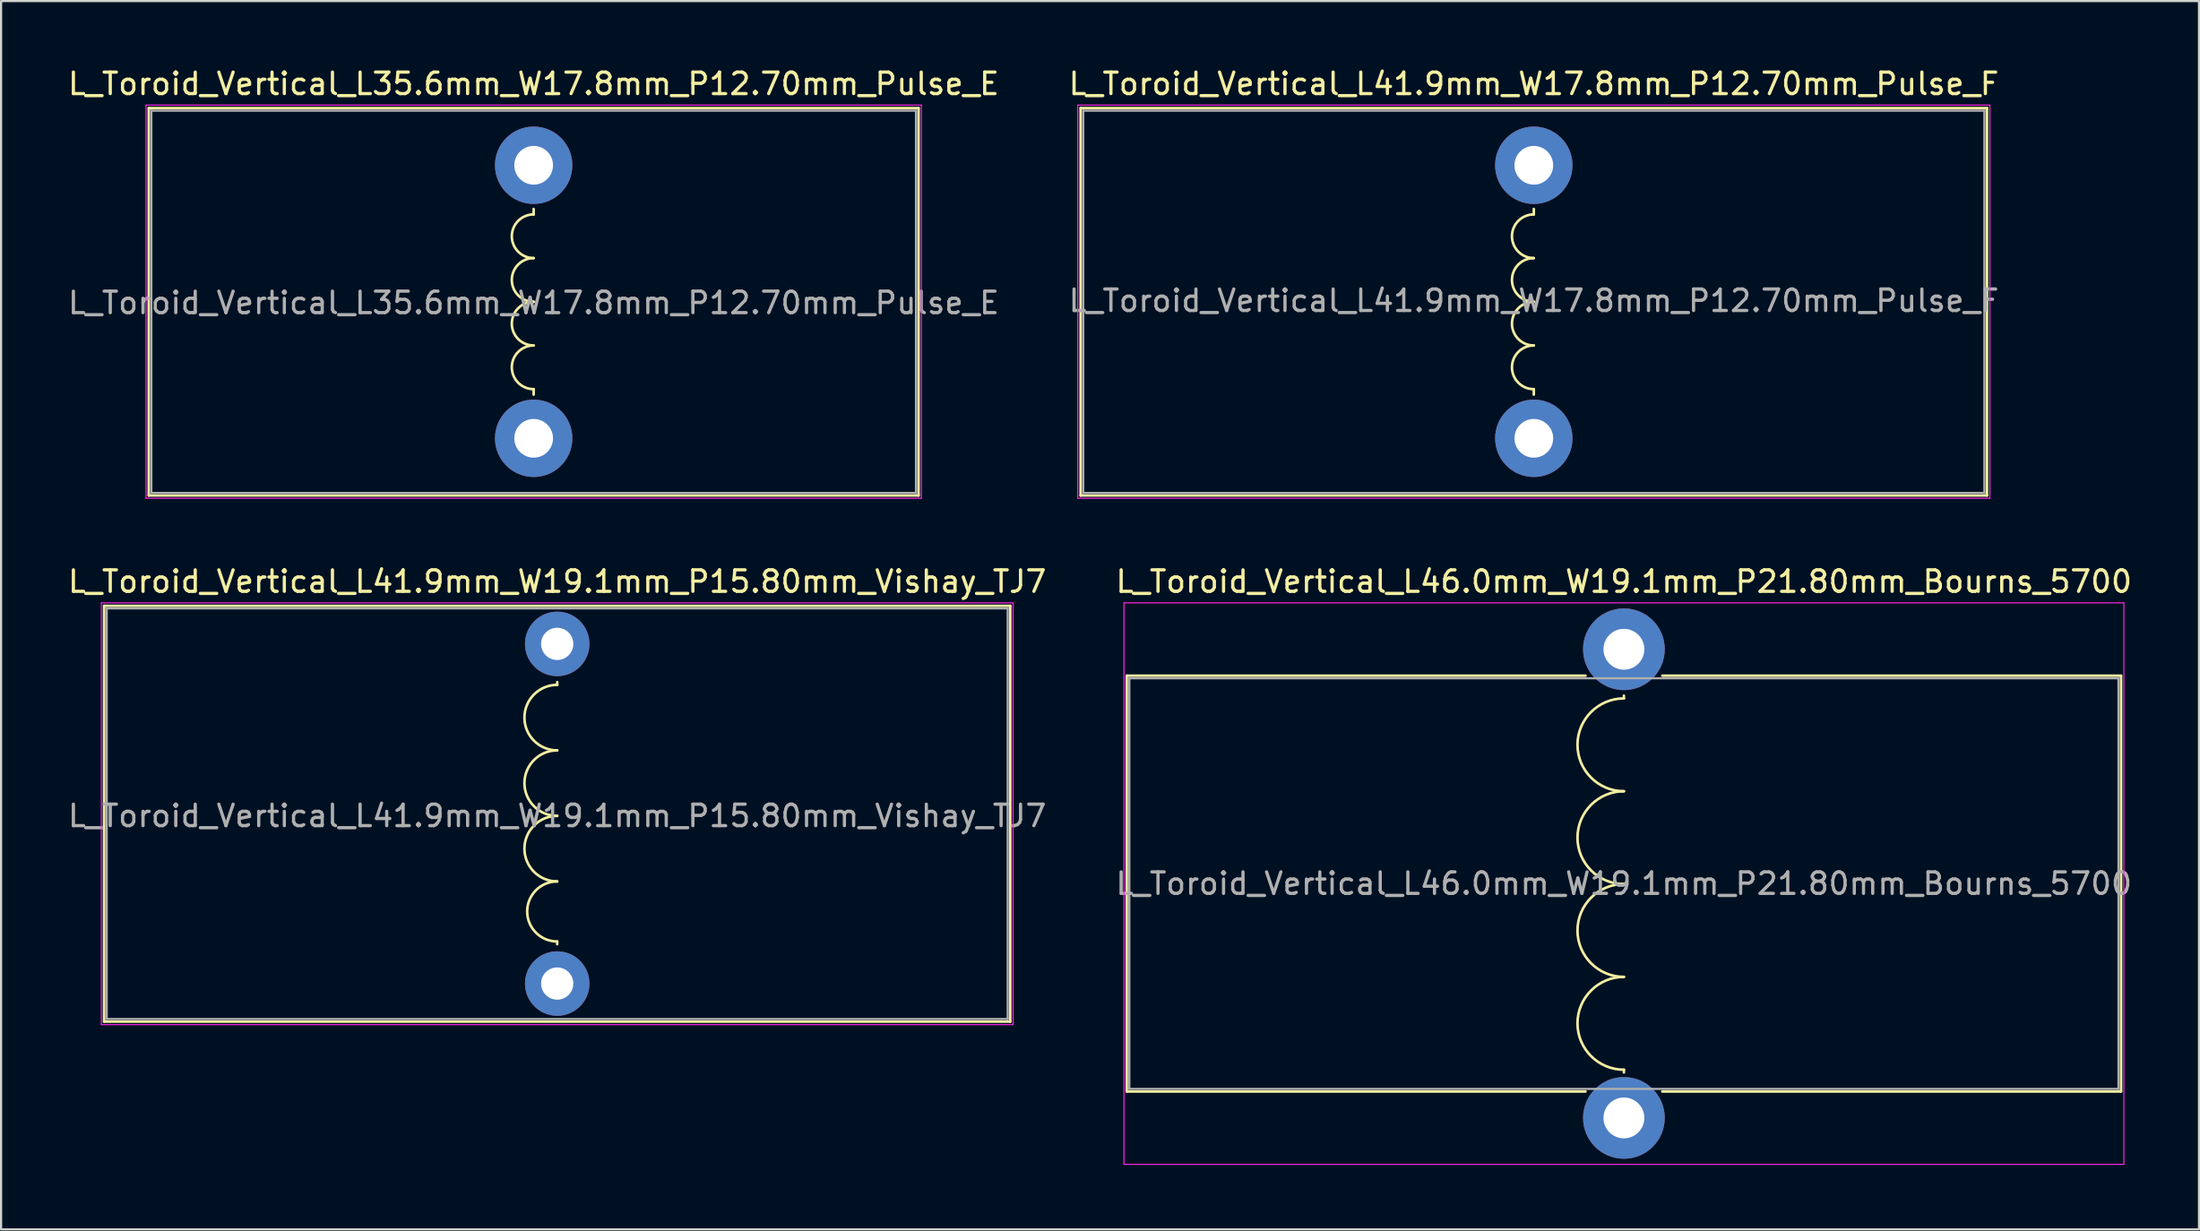
<source format=kicad_pcb>
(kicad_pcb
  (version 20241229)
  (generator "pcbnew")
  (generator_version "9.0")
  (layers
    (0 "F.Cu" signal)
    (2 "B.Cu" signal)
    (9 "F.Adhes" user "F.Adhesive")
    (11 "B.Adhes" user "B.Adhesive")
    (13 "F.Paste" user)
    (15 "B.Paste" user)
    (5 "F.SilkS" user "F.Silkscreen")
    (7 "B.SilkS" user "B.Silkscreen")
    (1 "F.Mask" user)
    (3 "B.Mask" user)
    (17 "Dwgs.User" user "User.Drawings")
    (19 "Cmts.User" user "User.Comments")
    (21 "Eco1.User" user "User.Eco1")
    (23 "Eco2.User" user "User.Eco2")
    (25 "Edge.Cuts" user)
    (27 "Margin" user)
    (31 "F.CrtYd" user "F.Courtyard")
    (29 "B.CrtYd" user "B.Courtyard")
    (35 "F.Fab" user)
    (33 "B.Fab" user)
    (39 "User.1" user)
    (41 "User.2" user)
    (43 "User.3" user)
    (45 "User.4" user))
  (footprint "L_Toroid_Vertical_L35.6mm_W17.8mm_P12.70mm_Pulse_E"
    (layer "F.Cu")
    (at 21.768 4.638)
    (property "Reference" "L_Toroid_Vertical_L35.6mm_W17.8mm_P12.70mm_Pulse_E" (at 0 -3.79 0) (layer "F.SilkS") (effects (font (size 1 1) (thickness 0.15))))
    (attr through_hole)
    (fp_line (start -17.9 -2.66) (end -17.9 15.36) (stroke (width 0.12) (type solid)) (layer "F.SilkS"))
    (fp_line (start -17.9 -2.66) (end 17.9 -2.66) (stroke (width 0.12) (type solid)) (layer "F.SilkS"))
    (fp_line (start -17.9 15.36) (end 17.9 15.36) (stroke (width 0.12) (type solid)) (layer "F.SilkS"))
    (fp_line (start 0 2.286) (end 0 2.032) (stroke (width 0.12) (type solid)) (layer "F.SilkS"))
    (fp_line (start 0 10.414) (end 0 10.668) (stroke (width 0.12) (type solid)) (layer "F.SilkS"))
    (fp_line (start 17.9 -2.66) (end 17.9 15.36) (stroke (width 0.12) (type solid)) (layer "F.SilkS"))
    (fp_arc (start 0 4.318) (mid -1.016 3.302) (end 0 2.286) (stroke (width 0.12) (type solid)) (layer "F.SilkS"))
    (fp_arc (start 0 6.35) (mid -1.016 5.334) (end 0 4.318) (stroke (width 0.12) (type solid)) (layer "F.SilkS"))
    (fp_arc (start 0 8.382) (mid -1.016 7.366) (end 0 6.35) (stroke (width 0.12) (type solid)) (layer "F.SilkS"))
    (fp_arc (start 0 10.414) (mid -1.016 9.398) (end 0 8.382) (stroke (width 0.12) (type solid)) (layer "F.SilkS"))
    (fp_line (start -18.03 -2.8) (end -18.03 15.49) (stroke (width 0.05) (type solid)) (layer "F.CrtYd"))
    (fp_line (start -18.03 15.49) (end 18.03 15.49) (stroke (width 0.05) (type solid)) (layer "F.CrtYd"))
    (fp_line (start 18.03 -2.8) (end -18.03 -2.8) (stroke (width 0.05) (type solid)) (layer "F.CrtYd"))
    (fp_line (start 18.03 15.49) (end 18.03 -2.8) (stroke (width 0.05) (type solid)) (layer "F.CrtYd"))
    (fp_line (start -17.78 -2.54) (end -17.78 15.24) (stroke (width 0.1) (type solid)) (layer "F.Fab"))
    (fp_line (start -17.78 15.24) (end 17.78 15.24) (stroke (width 0.1) (type solid)) (layer "F.Fab"))
    (fp_line (start 17.78 -2.54) (end -17.78 -2.54) (stroke (width 0.1) (type solid)) (layer "F.Fab"))
    (fp_line (start 17.78 15.24) (end 17.78 -2.54) (stroke (width 0.1) (type solid)) (layer "F.Fab"))
    (fp_text user "${REFERENCE}" (at 0 6.4 0) (layer "F.Fab") (effects (font (size 1 1) (thickness 0.15))))
    (pad "1" thru_hole circle (at 0 0) (size 3.6 3.6) (drill 1.8) (layers "*.Cu" "*.Mask"))
    (pad "2" thru_hole circle (at 0 12.7) (size 3.6 3.6) (drill 1.8) (layers "*.Cu" "*.Mask")))
  (footprint "L_Toroid_Vertical_L41.9mm_W19.1mm_P15.80mm_Vishay_TJ7"
    (layer "F.Cu")
    (at 22.863 26.901)
    (property "Reference" "L_Toroid_Vertical_L41.9mm_W19.1mm_P15.80mm_Vishay_TJ7" (at 0 -2.9 0) (layer "F.SilkS") (effects (font (size 1 1) (thickness 0.15))))
    (attr through_hole)
    (fp_line (start -21.07 -1.77) (end -21.07 17.57) (stroke (width 0.12) (type solid)) (layer "F.SilkS"))
    (fp_line (start -21.07 -1.77) (end 21.07 -1.77) (stroke (width 0.12) (type solid)) (layer "F.SilkS"))
    (fp_line (start -21.07 17.57) (end 21.07 17.57) (stroke (width 0.12) (type solid)) (layer "F.SilkS"))
    (fp_line (start 0 1.905) (end 0 1.778) (stroke (width 0.12) (type solid)) (layer "F.SilkS"))
    (fp_line (start 0 13.843) (end 0 13.97) (stroke (width 0.12) (type solid)) (layer "F.SilkS"))
    (fp_line (start 21.07 -1.77) (end 21.07 17.57) (stroke (width 0.12) (type solid)) (layer "F.SilkS"))
    (fp_arc (start 0 4.953) (mid -1.524 3.429) (end 0 1.905) (stroke (width 0.12) (type solid)) (layer "F.SilkS"))
    (fp_arc (start 0 8.001) (mid -1.524 6.477) (end 0 4.953) (stroke (width 0.12) (type solid)) (layer "F.SilkS"))
    (fp_arc (start 0 11.049) (mid -1.524 9.525) (end 0 8.001) (stroke (width 0.12) (type solid)) (layer "F.SilkS"))
    (fp_arc (start 0 13.843) (mid -1.397 12.446) (end 0 11.049) (stroke (width 0.12) (type solid)) (layer "F.SilkS"))
    (fp_line (start -21.2 -1.91) (end -21.2 17.71) (stroke (width 0.05) (type solid)) (layer "F.CrtYd"))
    (fp_line (start -21.2 17.71) (end 21.2 17.71) (stroke (width 0.05) (type solid)) (layer "F.CrtYd"))
    (fp_line (start 21.2 -1.91) (end -21.2 -1.91) (stroke (width 0.05) (type solid)) (layer "F.CrtYd"))
    (fp_line (start 21.2 17.71) (end 21.2 -1.91) (stroke (width 0.05) (type solid)) (layer "F.CrtYd"))
    (fp_line (start -20.95 -1.65) (end -20.95 17.45) (stroke (width 0.1) (type solid)) (layer "F.Fab"))
    (fp_line (start -20.95 17.45) (end 20.95 17.45) (stroke (width 0.1) (type solid)) (layer "F.Fab"))
    (fp_line (start 20.95 -1.65) (end -20.95 -1.65) (stroke (width 0.1) (type solid)) (layer "F.Fab"))
    (fp_line (start 20.95 17.45) (end 20.95 -1.65) (stroke (width 0.1) (type solid)) (layer "F.Fab"))
    (fp_text user "${REFERENCE}" (at 0 8 0) (layer "F.Fab") (effects (font (size 1 1) (thickness 0.15))))
    (pad "1" thru_hole circle (at 0 0) (size 3 3) (drill 1.5) (layers "*.Cu" "*.Mask"))
    (pad "2" thru_hole circle (at 0 15.8) (size 3 3) (drill 1.5) (layers "*.Cu" "*.Mask")))
  (footprint "L_Toroid_Vertical_L41.9mm_W17.8mm_P12.70mm_Pulse_F"
    (layer "F.Cu")
    (at 68.28 4.638)
    (property "Reference" "L_Toroid_Vertical_L41.9mm_W17.8mm_P12.70mm_Pulse_F" (at 0 -3.79 0) (layer "F.SilkS") (effects (font (size 1 1) (thickness 0.15))))
    (attr through_hole)
    (fp_line (start -21.075 -2.66) (end -21.075 15.36) (stroke (width 0.12) (type solid)) (layer "F.SilkS"))
    (fp_line (start -21.075 -2.66) (end 21.075 -2.66) (stroke (width 0.12) (type solid)) (layer "F.SilkS"))
    (fp_line (start -21.075 15.36) (end 21.075 15.36) (stroke (width 0.12) (type solid)) (layer "F.SilkS"))
    (fp_line (start 0 2.286) (end 0 2.032) (stroke (width 0.12) (type solid)) (layer "F.SilkS"))
    (fp_line (start 0 10.414) (end 0 10.668) (stroke (width 0.12) (type solid)) (layer "F.SilkS"))
    (fp_line (start 21.075 -2.66) (end 21.075 15.36) (stroke (width 0.12) (type solid)) (layer "F.SilkS"))
    (fp_arc (start 0 4.318) (mid -1.016 3.302) (end 0 2.286) (stroke (width 0.12) (type solid)) (layer "F.SilkS"))
    (fp_arc (start 0 6.35) (mid -1.016 5.334) (end 0 4.318) (stroke (width 0.12) (type solid)) (layer "F.SilkS"))
    (fp_arc (start 0 8.382) (mid -1.016 7.366) (end 0 6.35) (stroke (width 0.12) (type solid)) (layer "F.SilkS"))
    (fp_arc (start 0 10.414) (mid -1.016 9.398) (end 0 8.382) (stroke (width 0.12) (type solid)) (layer "F.SilkS"))
    (fp_line (start -21.21 -2.8) (end -21.21 15.49) (stroke (width 0.05) (type solid)) (layer "F.CrtYd"))
    (fp_line (start -21.21 15.49) (end 21.21 15.49) (stroke (width 0.05) (type solid)) (layer "F.CrtYd"))
    (fp_line (start 21.21 -2.8) (end -21.21 -2.8) (stroke (width 0.05) (type solid)) (layer "F.CrtYd"))
    (fp_line (start 21.21 15.49) (end 21.21 -2.8) (stroke (width 0.05) (type solid)) (layer "F.CrtYd"))
    (fp_line (start -20.955 -2.54) (end -20.955 15.24) (stroke (width 0.1) (type solid)) (layer "F.Fab"))
    (fp_line (start -20.955 15.24) (end 20.955 15.24) (stroke (width 0.1) (type solid)) (layer "F.Fab"))
    (fp_line (start 20.955 -2.54) (end -20.955 -2.54) (stroke (width 0.1) (type solid)) (layer "F.Fab"))
    (fp_line (start 20.955 15.24) (end 20.955 -2.54) (stroke (width 0.1) (type solid)) (layer "F.Fab"))
    (fp_text user "${REFERENCE}" (at 0 6.3 0) (layer "F.Fab") (effects (font (size 1 1) (thickness 0.15))))
    (pad "1" thru_hole circle (at 0 0) (size 3.6 3.6) (drill 1.8) (layers "*.Cu" "*.Mask"))
    (pad "2" thru_hole circle (at 0 12.7) (size 3.6 3.6) (drill 1.8) (layers "*.Cu" "*.Mask")))
  (footprint "L_Toroid_Vertical_L46.0mm_W19.1mm_P21.80mm_Bourns_5700"
    (layer "F.Cu")
    (at 72.47 27.151)
    (property "Reference" "L_Toroid_Vertical_L46.0mm_W19.1mm_P21.80mm_Bourns_5700" (at 0 -3.15 0) (layer "F.SilkS") (effects (font (size 1 1) (thickness 0.15))))
    (attr through_hole)
    (fp_line (start -23.12 1.23) (end -23.12 20.57) (stroke (width 0.12) (type solid)) (layer "F.SilkS"))
    (fp_line (start -23.12 1.23) (end -1.785 1.23) (stroke (width 0.12) (type solid)) (layer "F.SilkS"))
    (fp_line (start -23.12 20.57) (end -1.785 20.57) (stroke (width 0.12) (type solid)) (layer "F.SilkS"))
    (fp_line (start 0 2.286) (end 0 2.159) (stroke (width 0.12) (type solid)) (layer "F.SilkS"))
    (fp_line (start 0 19.558) (end 0 19.685) (stroke (width 0.12) (type solid)) (layer "F.SilkS"))
    (fp_line (start 1.785 1.23) (end 23.12 1.23) (stroke (width 0.12) (type solid)) (layer "F.SilkS"))
    (fp_line (start 1.785 20.57) (end 23.12 20.57) (stroke (width 0.12) (type solid)) (layer "F.SilkS"))
    (fp_line (start 23.12 1.23) (end 23.12 20.57) (stroke (width 0.12) (type solid)) (layer "F.SilkS"))
    (fp_arc (start 0 6.604) (mid -2.159 4.445) (end 0 2.286) (stroke (width 0.12) (type solid)) (layer "F.SilkS"))
    (fp_arc (start 0 10.922) (mid -2.159 8.763) (end 0 6.604) (stroke (width 0.12) (type solid)) (layer "F.SilkS"))
    (fp_arc (start 0 15.24) (mid -2.159 13.081) (end 0 10.922) (stroke (width 0.12) (type solid)) (layer "F.SilkS"))
    (fp_arc (start 0 19.558) (mid -2.159 17.399) (end 0 15.24) (stroke (width 0.12) (type solid)) (layer "F.SilkS"))
    (fp_line (start -23.25 -2.16) (end -23.25 23.96) (stroke (width 0.05) (type solid)) (layer "F.CrtYd"))
    (fp_line (start -23.25 23.96) (end 23.25 23.96) (stroke (width 0.05) (type solid)) (layer "F.CrtYd"))
    (fp_line (start 23.25 -2.16) (end -23.25 -2.16) (stroke (width 0.05) (type solid)) (layer "F.CrtYd"))
    (fp_line (start 23.25 23.96) (end 23.25 -2.16) (stroke (width 0.05) (type solid)) (layer "F.CrtYd"))
    (fp_line (start -23 1.35) (end -23 20.45) (stroke (width 0.1) (type solid)) (layer "F.Fab"))
    (fp_line (start -23 20.45) (end 23 20.45) (stroke (width 0.1) (type solid)) (layer "F.Fab"))
    (fp_line (start 23 1.35) (end -23 1.35) (stroke (width 0.1) (type solid)) (layer "F.Fab"))
    (fp_line (start 23 20.45) (end 23 1.35) (stroke (width 0.1) (type solid)) (layer "F.Fab"))
    (fp_text user "${REFERENCE}" (at 0 10.9 0) (layer "F.Fab") (effects (font (size 1 1) (thickness 0.15))))
    (pad "1" thru_hole circle (at 0 0) (size 3.8 3.8) (drill 1.9) (layers "*.Cu" "*.Mask"))
    (pad "2" thru_hole circle (at 0 21.8) (size 3.8 3.8) (drill 1.9) (layers "*.Cu" "*.Mask")))
  (gr_rect
    (start -3 -3)
    (end 99.214 54.136)
    (stroke (width 0.1) (type default))
    (fill no)
    (layer "Edge.Cuts")))
</source>
